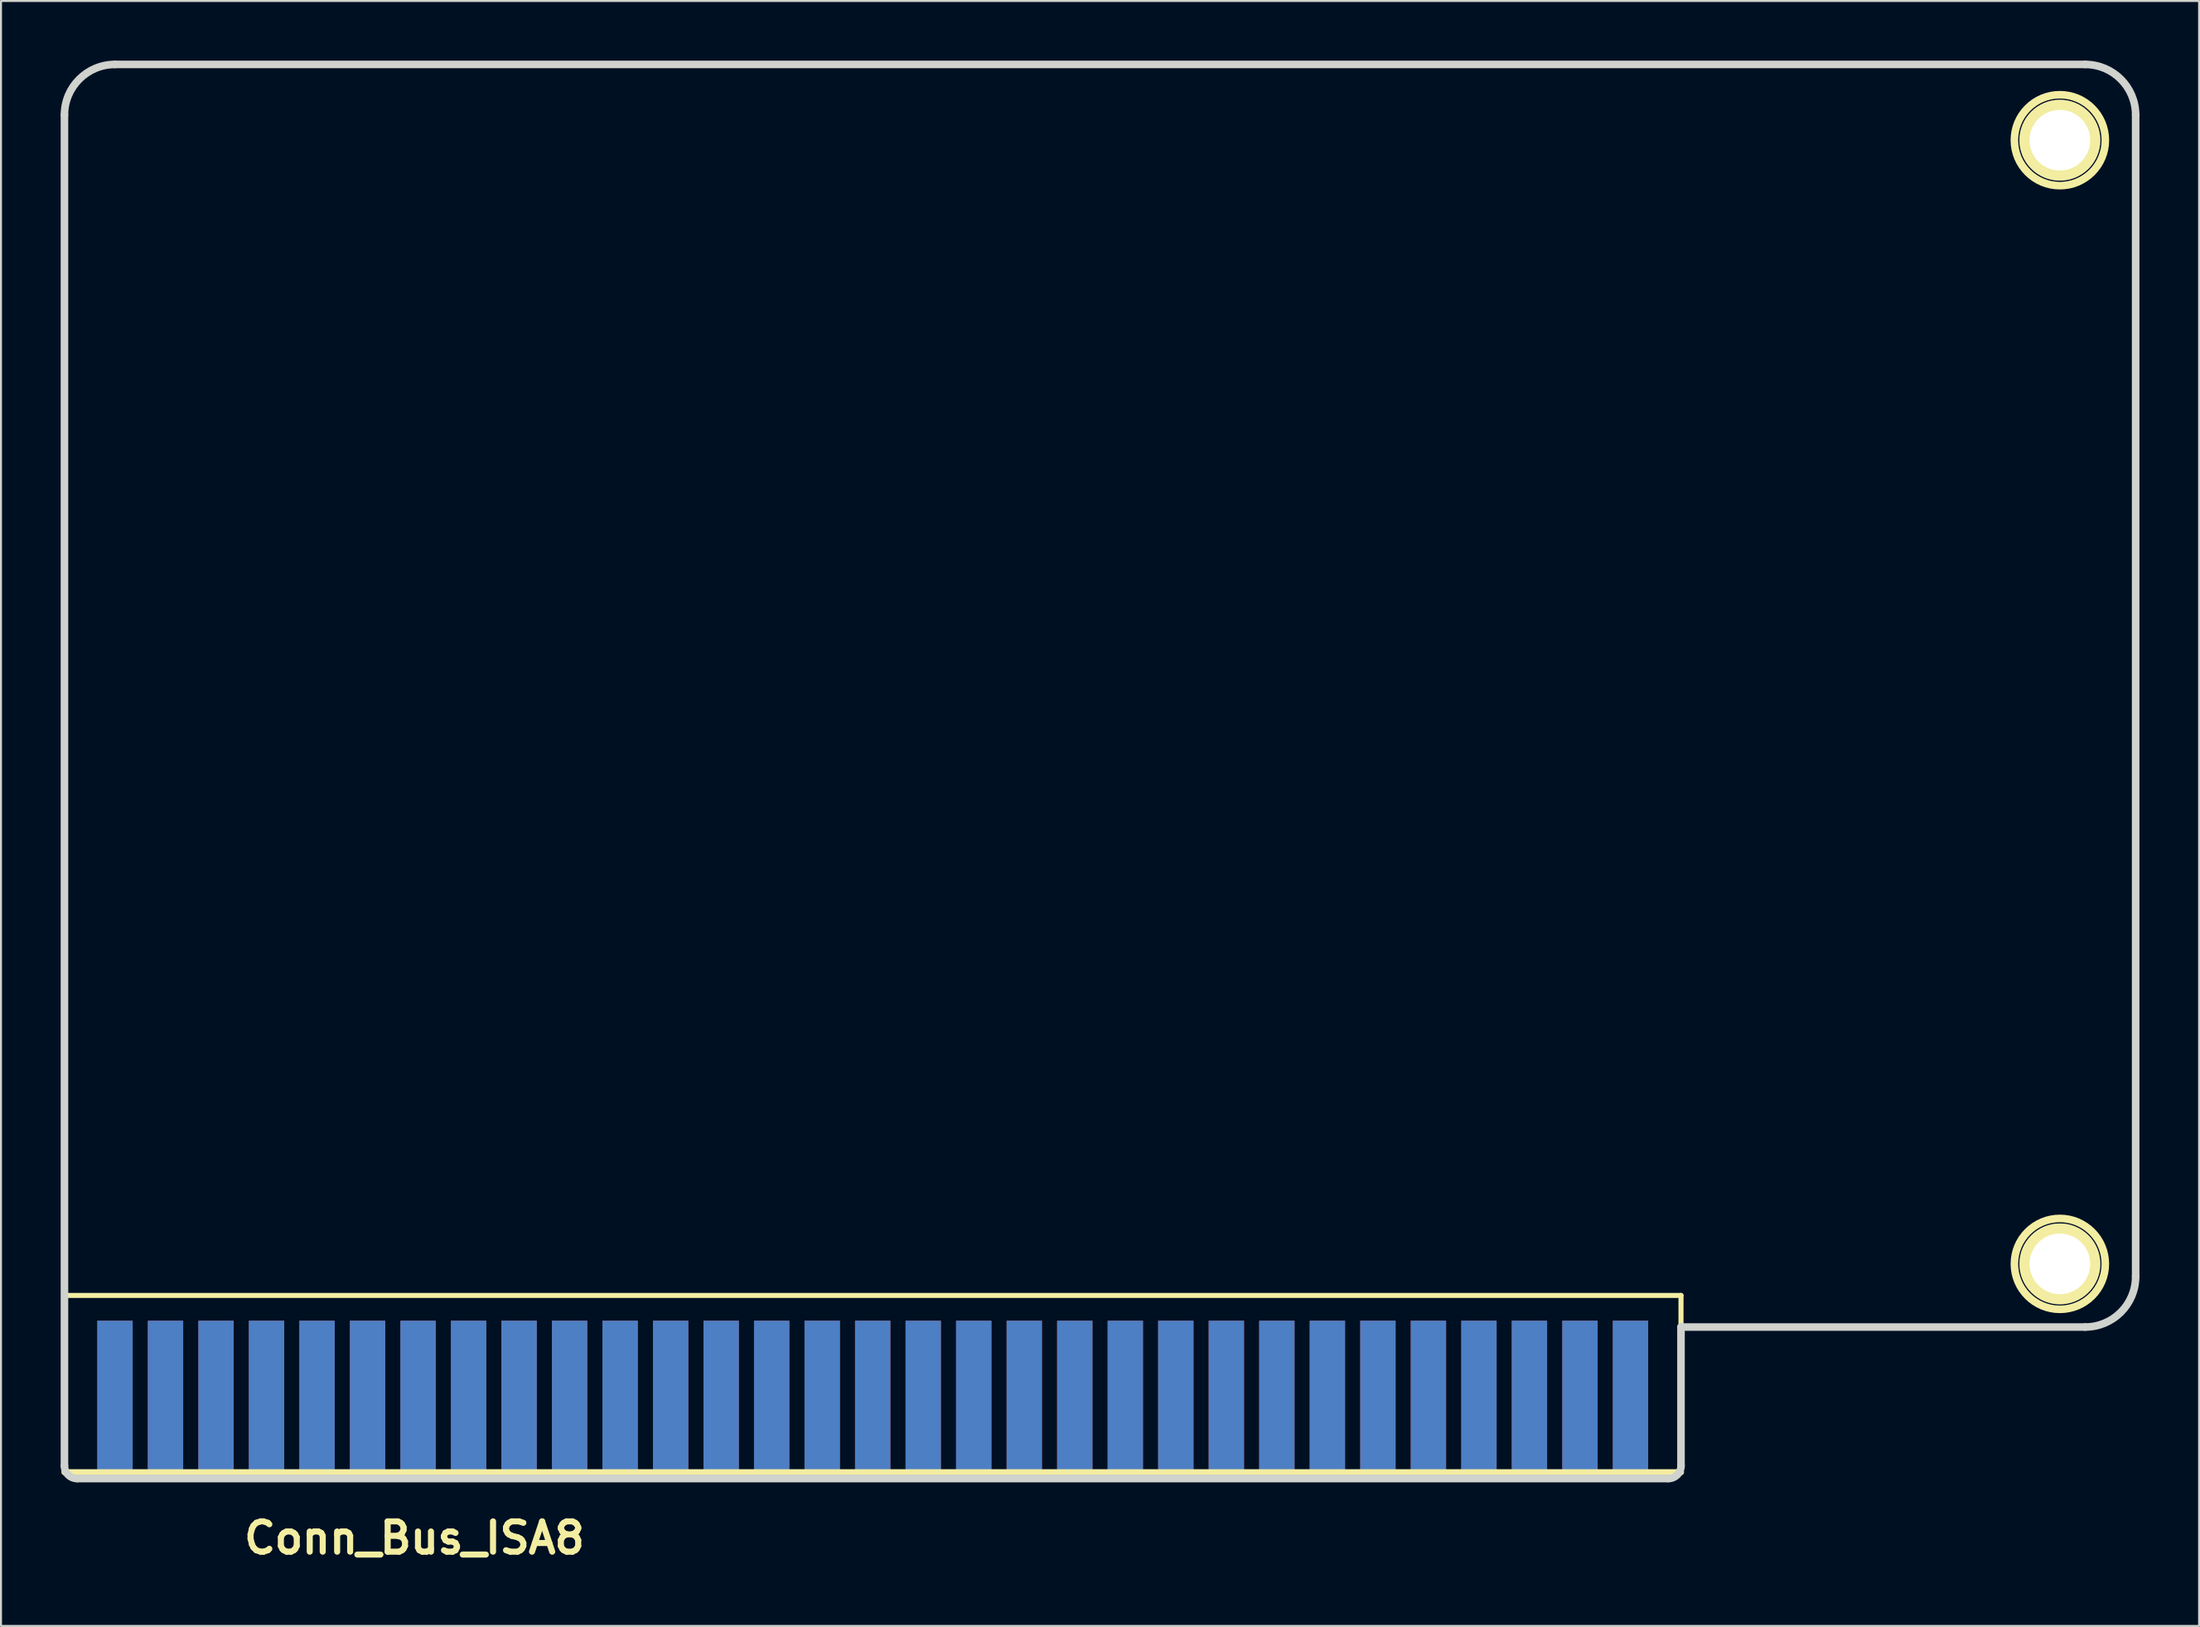
<source format=kicad_pcb>
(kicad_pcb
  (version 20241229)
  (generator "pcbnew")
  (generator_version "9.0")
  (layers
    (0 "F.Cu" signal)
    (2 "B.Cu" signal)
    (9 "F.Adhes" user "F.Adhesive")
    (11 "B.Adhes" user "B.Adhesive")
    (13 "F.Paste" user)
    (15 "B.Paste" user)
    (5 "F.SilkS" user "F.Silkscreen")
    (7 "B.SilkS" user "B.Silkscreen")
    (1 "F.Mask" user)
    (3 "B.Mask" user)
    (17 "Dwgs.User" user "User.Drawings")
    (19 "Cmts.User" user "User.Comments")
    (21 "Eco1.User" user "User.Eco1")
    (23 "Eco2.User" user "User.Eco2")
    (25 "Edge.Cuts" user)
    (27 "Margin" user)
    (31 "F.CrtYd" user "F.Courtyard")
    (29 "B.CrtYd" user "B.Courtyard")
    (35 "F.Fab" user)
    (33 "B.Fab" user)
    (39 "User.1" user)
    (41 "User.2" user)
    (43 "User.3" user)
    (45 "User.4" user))
  (footprint "Conn_Bus_ISA8"
    (layer "F.Cu")
    (at 40.831 67.183)
    (property "Reference" "Conn_Bus_ISA8" (at -23.046 7.117 0) (layer "F.SilkS") (effects (font (size 1.524 1.524) (thickness 0.305))))
    (fp_line (start -40.64 3.81) (end -40.64 -5.08) (stroke (width 0.254) (type solid)) (layer "F.SilkS"))
    (fp_line (start 40.64 -5.08) (end -40.64 -5.08) (stroke (width 0.254) (type solid)) (layer "F.SilkS"))
    (fp_line (start 40.64 -5.08) (end 40.64 3.81) (stroke (width 0.254) (type solid)) (layer "F.SilkS"))
    (fp_line (start 40.64 3.81) (end -40.64 3.81) (stroke (width 0.305) (type solid)) (layer "F.SilkS"))
    (fp_circle (center 59.69 -63.182) (end 59.69 -65.469) (stroke (width 0.381) (type solid)) (fill no) (layer "F.SilkS"))
    (fp_circle (center 59.69 -6.668) (end 59.69 -8.954) (stroke (width 0.381) (type solid)) (fill no) (layer "F.SilkS"))
    (fp_line (start -40.64 3.493) (end -40.64 -64.453) (stroke (width 0.381) (type solid)) (layer "Edge.Cuts"))
    (fp_line (start -40.005 4.128) (end 40.005 4.128) (stroke (width 0.381) (type solid)) (layer "Edge.Cuts"))
    (fp_line (start -38.1 -66.993) (end 60.96 -66.993) (stroke (width 0.381) (type solid)) (layer "Edge.Cuts"))
    (fp_line (start 40.64 3.493) (end 40.64 -3.493) (stroke (width 0.381) (type solid)) (layer "Edge.Cuts"))
    (fp_line (start 60.96 -3.493) (end 40.64 -3.493) (stroke (width 0.381) (type solid)) (layer "Edge.Cuts"))
    (fp_line (start 63.5 -6.032) (end 63.5 -64.453) (stroke (width 0.381) (type solid)) (layer "Edge.Cuts"))
    (fp_arc (start -40.64 -64.4525) (mid -39.896051 -66.248551) (end -38.1 -66.9925) (stroke (width 0.381) (type solid)) (layer "Edge.Cuts"))
    (fp_arc (start -40.005 4.1275) (mid -40.454013 3.941513) (end -40.64 3.4925) (stroke (width 0.381) (type solid)) (layer "Edge.Cuts"))
    (fp_arc (start 40.64 3.4925) (mid 40.454013 3.941513) (end 40.005 4.1275) (stroke (width 0.381) (type solid)) (layer "Edge.Cuts"))
    (fp_arc (start 60.96 -66.9925) (mid 62.756064 -66.248557) (end 63.5 -64.4525) (stroke (width 0.381) (type solid)) (layer "Edge.Cuts"))
    (fp_arc (start 63.5 -6.0325) (mid 62.756052 -4.236448) (end 60.96 -3.4925) (stroke (width 0.381) (type solid)) (layer "Edge.Cuts"))
    (pad "1" connect rect (at 38.1 0) (size 1.778 7.62) (layers "B.Cu" "B.Mask"))
    (pad "1" thru_hole circle (at 59.69 -63.182) (size 4.064 4.064) (drill 3.048) (layers "*.Cu" "*.Mask" "F.SilkS"))
    (pad "1" thru_hole circle (at 59.69 -6.668) (size 4.064 4.064) (drill 3.048) (layers "*.Cu" "*.Mask" "F.SilkS"))
    (pad "2" connect rect (at 35.56 0) (size 1.778 7.62) (layers "B.Cu" "B.Mask"))
    (pad "3" connect rect (at 33.02 0) (size 1.778 7.62) (layers "B.Cu" "B.Mask"))
    (pad "4" connect rect (at 30.48 0) (size 1.778 7.62) (layers "B.Cu" "B.Mask"))
    (pad "5" connect rect (at 27.94 0) (size 1.778 7.62) (layers "B.Cu" "B.Mask"))
    (pad "6" connect rect (at 25.4 0) (size 1.778 7.62) (layers "B.Cu" "B.Mask"))
    (pad "7" connect rect (at 22.86 0) (size 1.778 7.62) (layers "B.Cu" "B.Mask"))
    (pad "8" connect rect (at 20.32 0) (size 1.778 7.62) (layers "B.Cu" "B.Mask"))
    (pad "9" connect rect (at 17.78 0) (size 1.778 7.62) (layers "B.Cu" "B.Mask"))
    (pad "10" connect rect (at 15.24 0) (size 1.778 7.62) (layers "B.Cu" "B.Mask"))
    (pad "11" connect rect (at 12.7 0) (size 1.778 7.62) (layers "B.Cu" "B.Mask"))
    (pad "12" connect rect (at 10.16 0) (size 1.778 7.62) (layers "B.Cu" "B.Mask"))
    (pad "13" connect rect (at 7.62 0) (size 1.778 7.62) (layers "B.Cu" "B.Mask"))
    (pad "14" connect rect (at 5.08 0) (size 1.778 7.62) (layers "B.Cu" "B.Mask"))
    (pad "15" connect rect (at 2.54 0) (size 1.778 7.62) (layers "B.Cu" "B.Mask"))
    (pad "16" connect rect (at 0 0) (size 1.778 7.62) (layers "B.Cu" "B.Mask"))
    (pad "17" connect rect (at -2.54 0) (size 1.778 7.62) (layers "B.Cu" "B.Mask"))
    (pad "18" connect rect (at -5.08 0) (size 1.778 7.62) (layers "B.Cu" "B.Mask"))
    (pad "19" connect rect (at -7.62 0) (size 1.778 7.62) (layers "B.Cu" "B.Mask"))
    (pad "20" connect rect (at -10.16 0) (size 1.778 7.62) (layers "B.Cu" "B.Mask"))
    (pad "21" connect rect (at -12.7 0) (size 1.778 7.62) (layers "B.Cu" "B.Mask"))
    (pad "22" connect rect (at -15.24 0) (size 1.778 7.62) (layers "B.Cu" "B.Mask"))
    (pad "23" connect rect (at -17.78 0) (size 1.778 7.62) (layers "B.Cu" "B.Mask"))
    (pad "24" connect rect (at -20.32 0) (size 1.778 7.62) (layers "B.Cu" "B.Mask"))
    (pad "25" connect rect (at -22.86 0) (size 1.778 7.62) (layers "B.Cu" "B.Mask"))
    (pad "26" connect rect (at -25.4 0) (size 1.778 7.62) (layers "B.Cu" "B.Mask"))
    (pad "27" connect rect (at -27.94 0) (size 1.778 7.62) (layers "B.Cu" "B.Mask"))
    (pad "28" connect rect (at -30.48 0) (size 1.778 7.62) (layers "B.Cu" "B.Mask"))
    (pad "29" connect rect (at -33.02 0) (size 1.778 7.62) (layers "B.Cu" "B.Mask"))
    (pad "30" connect rect (at -35.56 0) (size 1.778 7.62) (layers "B.Cu" "B.Mask"))
    (pad "31" connect rect (at -38.1 0) (size 1.778 7.62) (layers "B.Cu" "B.Mask"))
    (pad "32" connect rect (at 38.1 0) (size 1.778 7.62) (layers "F.Cu" "F.Mask"))
    (pad "33" connect rect (at 35.56 0) (size 1.778 7.62) (layers "F.Cu" "F.Mask"))
    (pad "34" connect rect (at 33.02 0) (size 1.778 7.62) (layers "F.Cu" "F.Mask"))
    (pad "35" connect rect (at 30.48 0) (size 1.778 7.62) (layers "F.Cu" "F.Mask"))
    (pad "36" connect rect (at 27.94 0) (size 1.778 7.62) (layers "F.Cu" "F.Mask"))
    (pad "37" connect rect (at 25.4 0) (size 1.778 7.62) (layers "F.Cu" "F.Mask"))
    (pad "38" connect rect (at 22.86 0) (size 1.778 7.62) (layers "F.Cu" "F.Mask"))
    (pad "39" connect rect (at 20.32 0) (size 1.778 7.62) (layers "F.Cu" "F.Mask"))
    (pad "40" connect rect (at 17.78 0) (size 1.778 7.62) (layers "F.Cu" "F.Mask"))
    (pad "41" connect rect (at 15.24 0) (size 1.778 7.62) (layers "F.Cu" "F.Mask"))
    (pad "42" connect rect (at 12.7 0) (size 1.778 7.62) (layers "F.Cu" "F.Mask"))
    (pad "43" connect rect (at 10.16 0) (size 1.778 7.62) (layers "F.Cu" "F.Mask"))
    (pad "44" connect rect (at 7.62 0) (size 1.778 7.62) (layers "F.Cu" "F.Mask"))
    (pad "45" connect rect (at 5.08 0) (size 1.778 7.62) (layers "F.Cu" "F.Mask"))
    (pad "46" connect rect (at 2.54 0) (size 1.778 7.62) (layers "F.Cu" "F.Mask"))
    (pad "47" connect rect (at 0 0) (size 1.778 7.62) (layers "F.Cu" "F.Mask"))
    (pad "48" connect rect (at -2.54 0) (size 1.778 7.62) (layers "F.Cu" "F.Mask"))
    (pad "49" connect rect (at -5.08 0) (size 1.778 7.62) (layers "F.Cu" "F.Mask"))
    (pad "50" connect rect (at -7.62 0) (size 1.778 7.62) (layers "F.Cu" "F.Mask"))
    (pad "51" connect rect (at -10.16 0) (size 1.778 7.62) (layers "F.Cu" "F.Mask"))
    (pad "52" connect rect (at -12.7 0) (size 1.778 7.62) (layers "F.Cu" "F.Mask"))
    (pad "53" connect rect (at -15.24 0) (size 1.778 7.62) (layers "F.Cu" "F.Mask"))
    (pad "54" connect rect (at -17.78 0) (size 1.778 7.62) (layers "F.Cu" "F.Mask"))
    (pad "55" connect rect (at -20.32 0) (size 1.778 7.62) (layers "F.Cu" "F.Mask"))
    (pad "56" connect rect (at -22.86 0) (size 1.778 7.62) (layers "F.Cu" "F.Mask"))
    (pad "57" connect rect (at -25.4 0) (size 1.778 7.62) (layers "F.Cu" "F.Mask"))
    (pad "58" connect rect (at -27.94 0) (size 1.778 7.62) (layers "F.Cu" "F.Mask"))
    (pad "59" connect rect (at -30.48 0) (size 1.778 7.62) (layers "F.Cu" "F.Mask"))
    (pad "60" connect rect (at -33.02 0) (size 1.778 7.62) (layers "F.Cu" "F.Mask"))
    (pad "61" connect rect (at -35.56 0) (size 1.778 7.62) (layers "F.Cu" "F.Mask"))
    (pad "62" connect rect (at -38.1 0) (size 1.778 7.62) (layers "F.Cu" "F.Mask")))
  (gr_rect
    (start -3 -3)
    (end 107.521 78.726)
    (stroke (width 0.1) (type default))
    (fill no)
    (layer "Edge.Cuts")))
</source>
